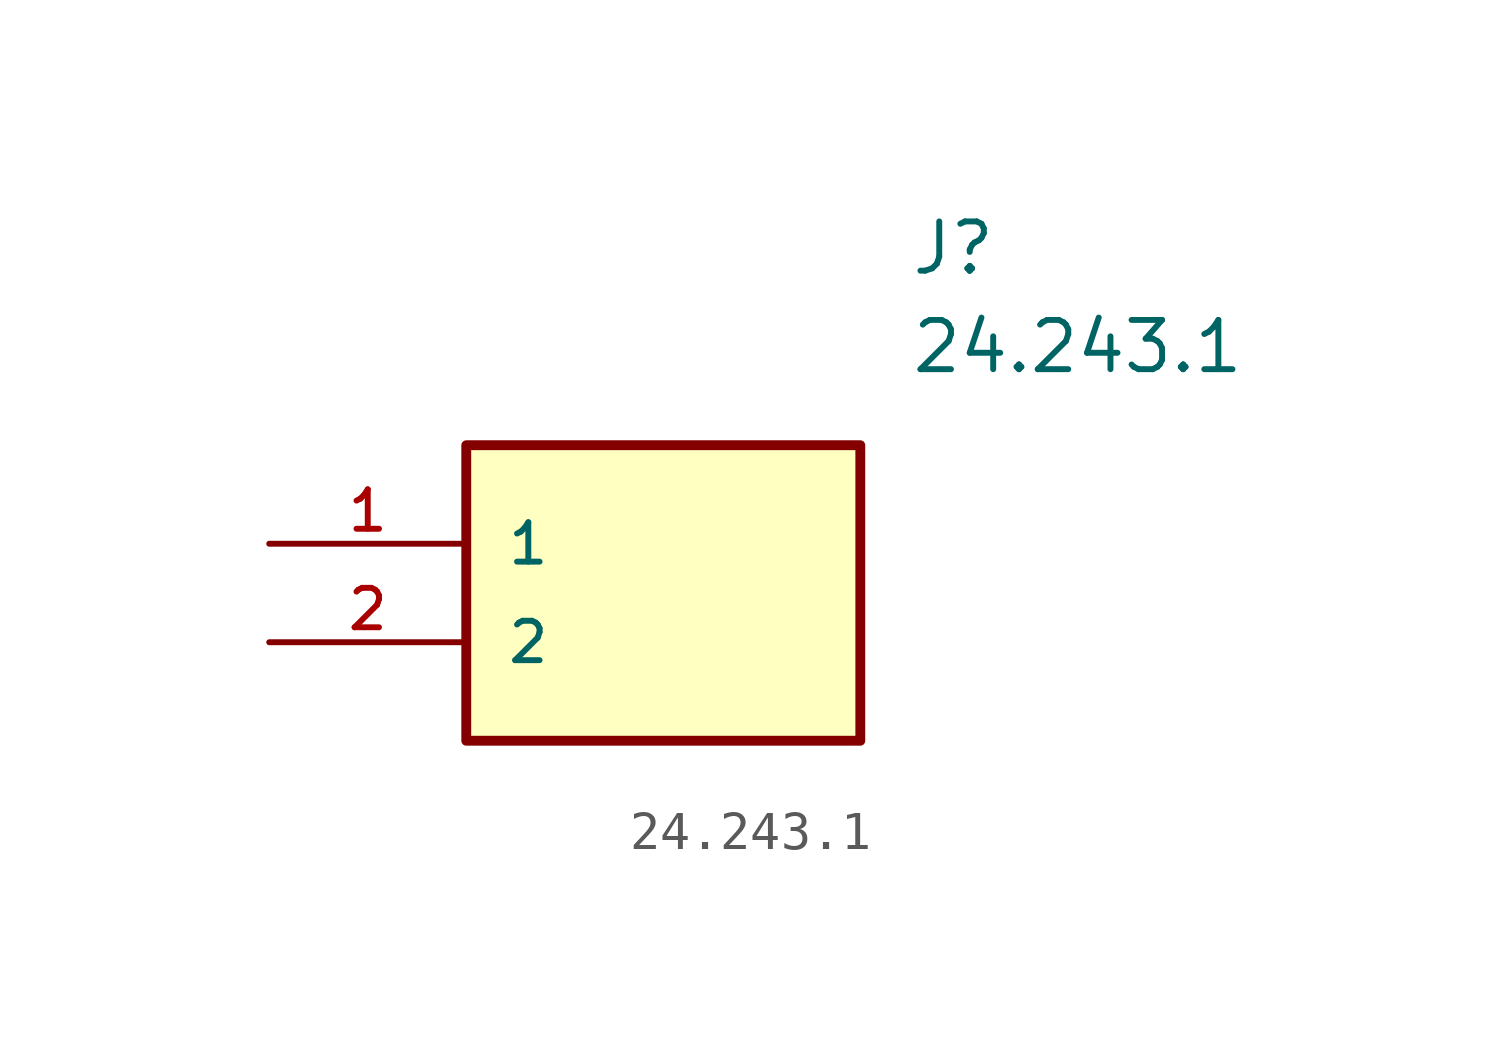
<source format=kicad_sym>
(kicad_symbol_lib
  (version 20211014)
  (generator kicad_symbol_editor)
  (symbol "24.243.1"
    (pin_names
      (offset 1.016))
    (property "Reference" "J"
      (at 16.51 7.62 0)
      (effects (font (size 1.27 1.27)) (justify left)))
    (property "Value" "24.243.1"
      (at 16.51 5.08 0)
      (effects (font (size 1.27 1.27)) (justify left)))
    (symbol "24.243.1_0_0"
      (rectangle (start 5.08 -5.08) (end 15.24 2.54) (stroke (width 0.254)) (fill (type background)))
      (pin bidirectional line (at 0.0 0.0 0) (length 5.08) (name "1" (effects (font (size 1.016 1.016)))) (number "1" (effects (font (size 1.016 1.016)))))
      (pin bidirectional line (at 0.0 -2.54 0) (length 5.08) (name "2" (effects (font (size 1.016 1.016)))) (number "2" (effects (font (size 1.016 1.016))))))))
</source>
